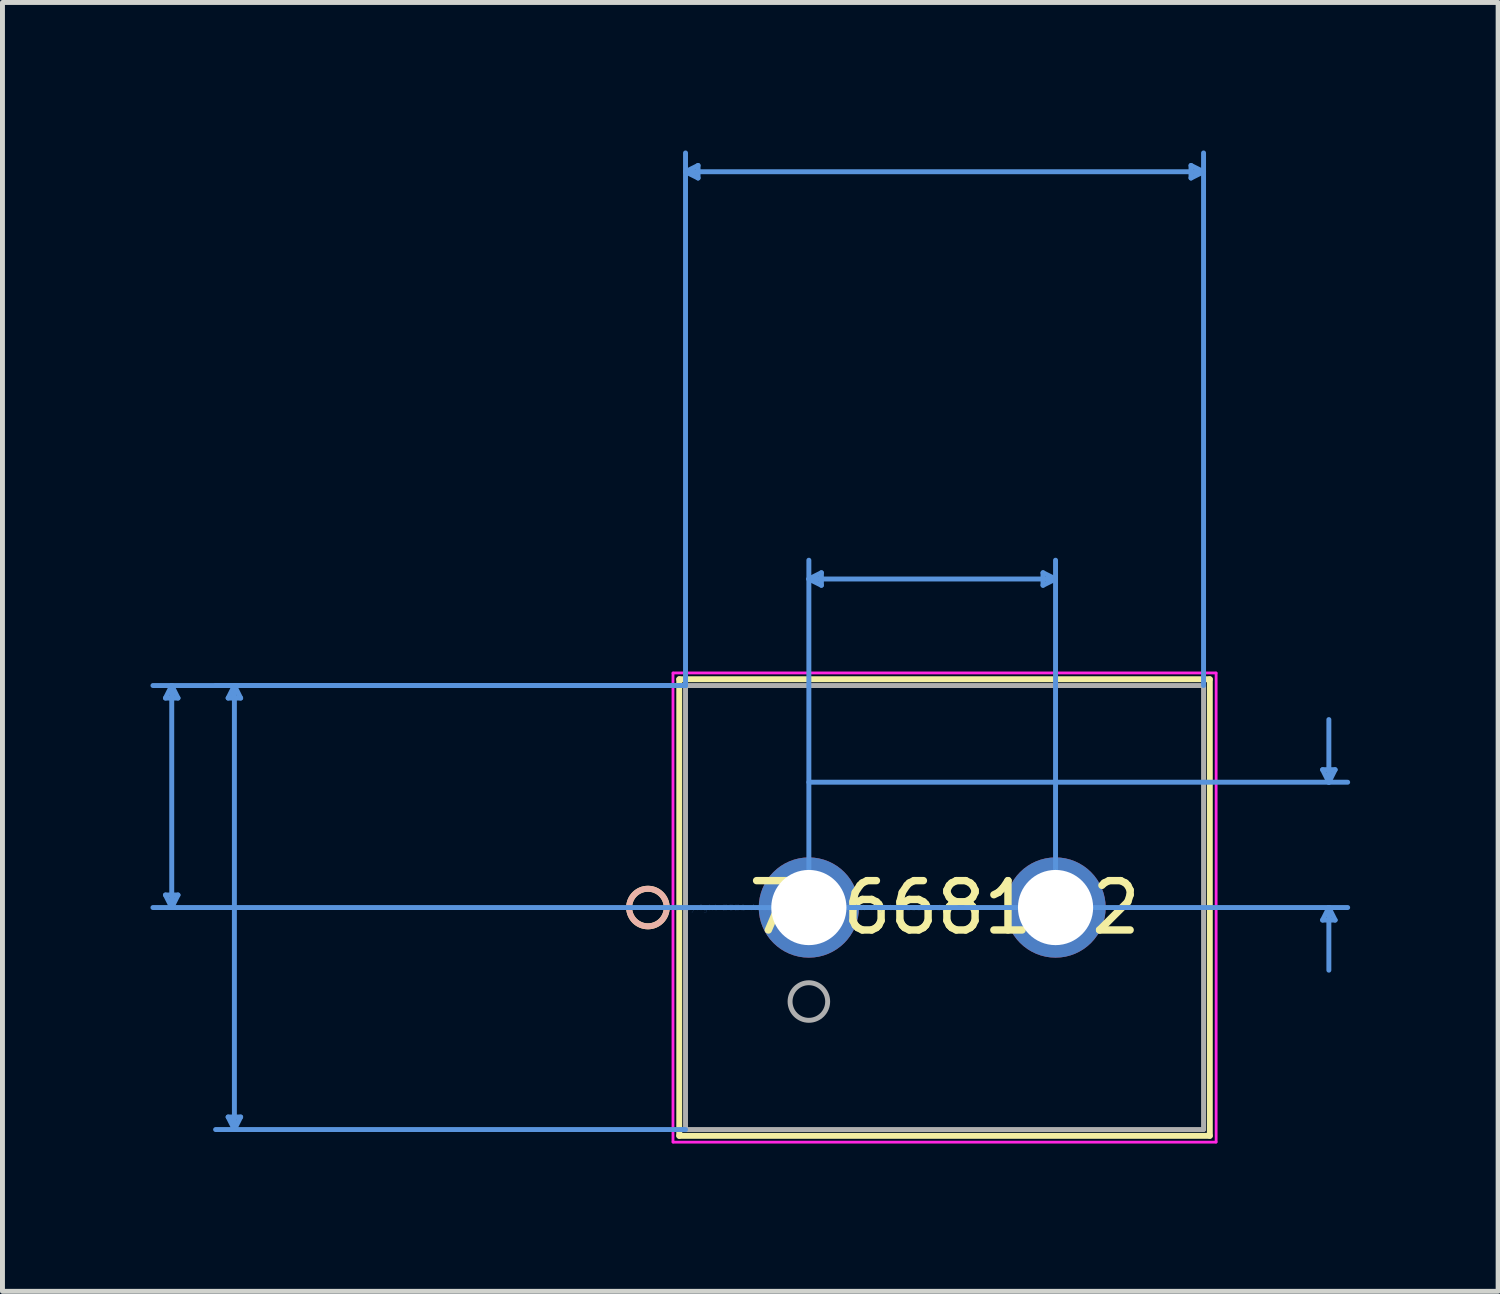
<source format=kicad_pcb>
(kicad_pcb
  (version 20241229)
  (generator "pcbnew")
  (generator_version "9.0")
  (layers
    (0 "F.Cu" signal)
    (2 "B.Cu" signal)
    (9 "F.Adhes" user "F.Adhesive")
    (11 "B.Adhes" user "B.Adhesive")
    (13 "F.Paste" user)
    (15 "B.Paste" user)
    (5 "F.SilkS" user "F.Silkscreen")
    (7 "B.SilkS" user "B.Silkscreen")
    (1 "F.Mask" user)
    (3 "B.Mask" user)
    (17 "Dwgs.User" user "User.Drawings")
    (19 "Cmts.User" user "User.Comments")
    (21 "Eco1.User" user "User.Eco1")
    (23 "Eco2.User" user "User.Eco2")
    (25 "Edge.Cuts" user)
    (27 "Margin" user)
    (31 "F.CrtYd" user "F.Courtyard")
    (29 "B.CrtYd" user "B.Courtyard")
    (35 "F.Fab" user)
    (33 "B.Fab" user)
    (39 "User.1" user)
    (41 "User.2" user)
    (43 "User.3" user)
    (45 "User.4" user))
  (footprint "796681-2"
    (layer "F.Cu")
    (at 13.345 15.345)
    (property "Reference" "796681-2" (at 2.75 0 0) (layer "F.SilkS") (effects (font (size 1 1) (thickness 0.15))))
    (attr through_hole)
    (fp_line (start -2.627 -4.627) (end -2.627 4.627) (stroke (width 0.12) (type solid)) (layer "F.SilkS"))
    (fp_line (start -2.627 4.627) (end 8.127 4.627) (stroke (width 0.12) (type solid)) (layer "F.SilkS"))
    (fp_line (start 8.127 -4.627) (end -2.627 -4.627) (stroke (width 0.12) (type solid)) (layer "F.SilkS"))
    (fp_line (start 8.127 4.627) (end 8.127 -4.627) (stroke (width 0.12) (type solid)) (layer "F.SilkS"))
    (fp_circle (center -3.262 0) (end -2.881 0) (stroke (width 0.12) (type solid)) (fill no) (layer "F.SilkS"))
    (fp_circle (center -3.262 0) (end -2.881 0) (stroke (width 0.12) (type solid)) (fill no) (layer "B.SilkS"))
    (fp_line (start -13.041 -4.246) (end -12.787 -4.246) (stroke (width 0.1) (type solid)) (layer "Cmts.User"))
    (fp_line (start -13.041 -0.254) (end -12.787 -0.254) (stroke (width 0.1) (type solid)) (layer "Cmts.User"))
    (fp_line (start -12.914 -4.5) (end -13.041 -4.246) (stroke (width 0.1) (type solid)) (layer "Cmts.User"))
    (fp_line (start -12.914 -4.5) (end -12.914 0) (stroke (width 0.1) (type solid)) (layer "Cmts.User"))
    (fp_line (start -12.914 -4.5) (end -12.787 -4.246) (stroke (width 0.1) (type solid)) (layer "Cmts.User"))
    (fp_line (start -12.914 0) (end -13.041 -0.254) (stroke (width 0.1) (type solid)) (layer "Cmts.User"))
    (fp_line (start -12.914 0) (end -12.787 -0.254) (stroke (width 0.1) (type solid)) (layer "Cmts.User"))
    (fp_line (start -11.771 -4.246) (end -11.517 -4.246) (stroke (width 0.1) (type solid)) (layer "Cmts.User"))
    (fp_line (start -11.771 4.246) (end -11.517 4.246) (stroke (width 0.1) (type solid)) (layer "Cmts.User"))
    (fp_line (start -11.644 -4.5) (end -11.771 -4.246) (stroke (width 0.1) (type solid)) (layer "Cmts.User"))
    (fp_line (start -11.644 -4.5) (end -11.644 4.5) (stroke (width 0.1) (type solid)) (layer "Cmts.User"))
    (fp_line (start -11.644 -4.5) (end -11.517 -4.246) (stroke (width 0.1) (type solid)) (layer "Cmts.User"))
    (fp_line (start -11.644 4.5) (end -11.771 4.246) (stroke (width 0.1) (type solid)) (layer "Cmts.User"))
    (fp_line (start -11.644 4.5) (end -11.517 4.246) (stroke (width 0.1) (type solid)) (layer "Cmts.User"))
    (fp_line (start -2.5 -14.914) (end -2.246 -15.041) (stroke (width 0.1) (type solid)) (layer "Cmts.User"))
    (fp_line (start -2.5 -14.914) (end -2.246 -14.787) (stroke (width 0.1) (type solid)) (layer "Cmts.User"))
    (fp_line (start -2.5 -14.914) (end 8 -14.914) (stroke (width 0.1) (type solid)) (layer "Cmts.User"))
    (fp_line (start -2.5 -4.5) (end -13.295 -4.5) (stroke (width 0.1) (type solid)) (layer "Cmts.User"))
    (fp_line (start -2.5 -4.5) (end -12.025 -4.5) (stroke (width 0.1) (type solid)) (layer "Cmts.User"))
    (fp_line (start -2.5 -4.5) (end -2.5 -15.295) (stroke (width 0.1) (type solid)) (layer "Cmts.User"))
    (fp_line (start -2.5 4.5) (end -12.025 4.5) (stroke (width 0.1) (type solid)) (layer "Cmts.User"))
    (fp_line (start -2.246 -15.041) (end -2.246 -14.787) (stroke (width 0.1) (type solid)) (layer "Cmts.User"))
    (fp_line (start 0 -6.659) (end 0.254 -6.786) (stroke (width 0.1) (type solid)) (layer "Cmts.User"))
    (fp_line (start 0 -6.659) (end 0.254 -6.532) (stroke (width 0.1) (type solid)) (layer "Cmts.User"))
    (fp_line (start 0 -6.659) (end 5 -6.659) (stroke (width 0.1) (type solid)) (layer "Cmts.User"))
    (fp_line (start 0 -2.54) (end 10.921 -2.54) (stroke (width 0.1) (type solid)) (layer "Cmts.User"))
    (fp_line (start 0 0) (end 0 -7.04) (stroke (width 0.1) (type solid)) (layer "Cmts.User"))
    (fp_line (start 0 0) (end 10.921 0) (stroke (width 0.1) (type solid)) (layer "Cmts.User"))
    (fp_line (start 0.254 -6.786) (end 0.254 -6.532) (stroke (width 0.1) (type solid)) (layer "Cmts.User"))
    (fp_line (start 2.75 0) (end -13.295 0) (stroke (width 0.1) (type solid)) (layer "Cmts.User"))
    (fp_line (start 4.746 -6.786) (end 4.746 -6.532) (stroke (width 0.1) (type solid)) (layer "Cmts.User"))
    (fp_line (start 5 -6.659) (end 4.746 -6.786) (stroke (width 0.1) (type solid)) (layer "Cmts.User"))
    (fp_line (start 5 -6.659) (end 4.746 -6.532) (stroke (width 0.1) (type solid)) (layer "Cmts.User"))
    (fp_line (start 5 0) (end 5 -7.04) (stroke (width 0.1) (type solid)) (layer "Cmts.User"))
    (fp_line (start 7.746 -15.041) (end 7.746 -14.787) (stroke (width 0.1) (type solid)) (layer "Cmts.User"))
    (fp_line (start 8 -14.914) (end 7.746 -15.041) (stroke (width 0.1) (type solid)) (layer "Cmts.User"))
    (fp_line (start 8 -14.914) (end 7.746 -14.787) (stroke (width 0.1) (type solid)) (layer "Cmts.User"))
    (fp_line (start 8 -4.5) (end 8 -15.295) (stroke (width 0.1) (type solid)) (layer "Cmts.User"))
    (fp_line (start 10.413 -2.794) (end 10.667 -2.794) (stroke (width 0.1) (type solid)) (layer "Cmts.User"))
    (fp_line (start 10.413 0.254) (end 10.667 0.254) (stroke (width 0.1) (type solid)) (layer "Cmts.User"))
    (fp_line (start 10.54 -2.54) (end 10.413 -2.794) (stroke (width 0.1) (type solid)) (layer "Cmts.User"))
    (fp_line (start 10.54 -2.54) (end 10.54 -3.81) (stroke (width 0.1) (type solid)) (layer "Cmts.User"))
    (fp_line (start 10.54 -2.54) (end 10.667 -2.794) (stroke (width 0.1) (type solid)) (layer "Cmts.User"))
    (fp_line (start 10.54 0) (end 10.413 0.254) (stroke (width 0.1) (type solid)) (layer "Cmts.User"))
    (fp_line (start 10.54 0) (end 10.54 1.27) (stroke (width 0.1) (type solid)) (layer "Cmts.User"))
    (fp_line (start 10.54 0) (end 10.667 0.254) (stroke (width 0.1) (type solid)) (layer "Cmts.User"))
    (fp_line (start -2.754 -4.754) (end -2.754 4.754) (stroke (width 0.05) (type solid)) (layer "F.CrtYd"))
    (fp_line (start -2.754 -4.754) (end -2.754 4.754) (stroke (width 0.05) (type solid)) (layer "F.CrtYd"))
    (fp_line (start -2.754 4.754) (end 8.254 4.754) (stroke (width 0.05) (type solid)) (layer "F.CrtYd"))
    (fp_line (start -2.754 4.754) (end 8.254 4.754) (stroke (width 0.05) (type solid)) (layer "F.CrtYd"))
    (fp_line (start 8.254 -4.754) (end -2.754 -4.754) (stroke (width 0.05) (type solid)) (layer "F.CrtYd"))
    (fp_line (start 8.254 -4.754) (end -2.754 -4.754) (stroke (width 0.05) (type solid)) (layer "F.CrtYd"))
    (fp_line (start 8.254 4.754) (end 8.254 -4.754) (stroke (width 0.05) (type solid)) (layer "F.CrtYd"))
    (fp_line (start 8.254 4.754) (end 8.254 -4.754) (stroke (width 0.05) (type solid)) (layer "F.CrtYd"))
    (fp_line (start -2.5 -4.5) (end -2.5 4.5) (stroke (width 0.1) (type solid)) (layer "F.Fab"))
    (fp_line (start -2.5 4.5) (end 8 4.5) (stroke (width 0.1) (type solid)) (layer "F.Fab"))
    (fp_line (start 8 -4.5) (end -2.5 -4.5) (stroke (width 0.1) (type solid)) (layer "F.Fab"))
    (fp_line (start 8 4.5) (end 8 -4.5) (stroke (width 0.1) (type solid)) (layer "F.Fab"))
    (fp_circle (center 0 1.905) (end 0.381 1.905) (stroke (width 0.1) (type solid)) (fill no) (layer "F.Fab"))
    (fp_text user "*" (at 0 0 0) (layer "F.SilkS") (effects (font (size 1 1) (thickness 0.15))))
    (fp_text user "Copyright 2021 Accelerated Designs. All rights reserved." (at 0 0 0) (layer "Cmts.User") (effects (font (size 0.127 0.127) (thickness 0.002))))
    (fp_text user "*" (at 0 0 0) (layer "F.Fab") (effects (font (size 1 1) (thickness 0.15))))
    (pad "1" thru_hole circle (at 0 0) (size 2.032 2.032) (drill 1.524) (layers "*.Cu" "*.Mask"))
    (pad "2" thru_hole circle (at 5 0) (size 2.032 2.032) (drill 1.524) (layers "*.Cu" "*.Mask")))
  (gr_rect
    (start -3 -3)
    (end 27.316 23.124)
    (stroke (width 0.1) (type default))
    (fill no)
    (layer "Edge.Cuts")))
</source>
